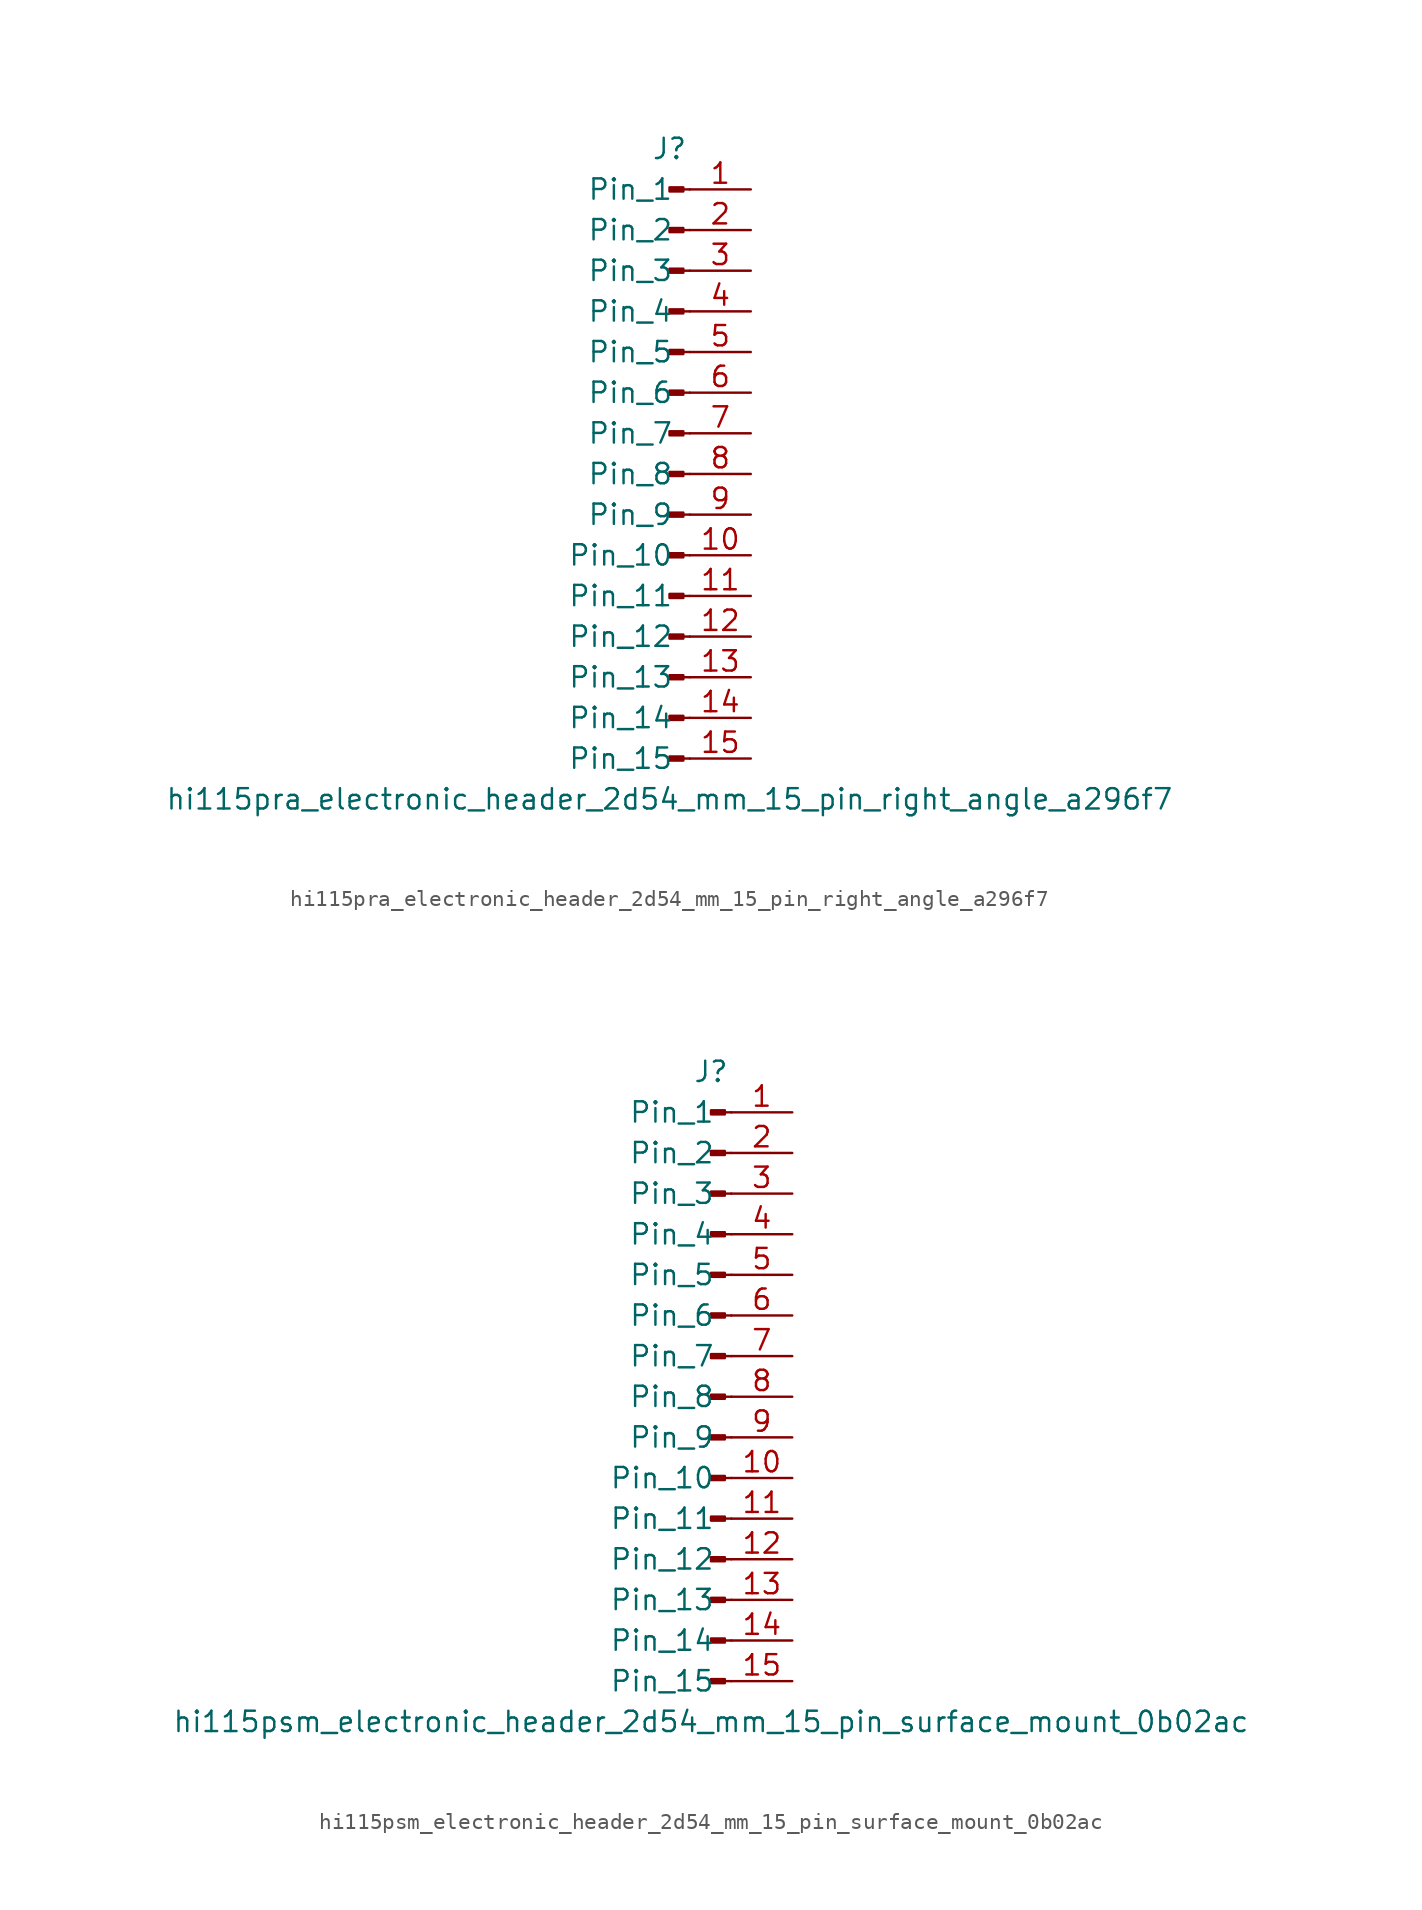
<source format=kicad_sym>
(kicad_symbol_lib
  (version 20220914)
  (generator kicad_symbol_editor)
  (symbol "hi115pra_electronic_header_2d54_mm_15_pin_right_angle_a296f7"
    (pin_names
      (offset 1.016))
    (property "Reference" "J"
      (at 0 20.32 0)
      (effects (font (size 1.27 1.27))))
    (property "Value" "hi115pra_electronic_header_2d54_mm_15_pin_right_angle_a296f7"
      (at 0 -20.32 0)
      (effects (font (size 1.27 1.27))))
    (property "ki_locked" ""
      (at 0 0 0)
      (effects (font (size 1.27 1.27))))
    (symbol "hi115pra_electronic_header_2d54_mm_15_pin_right_angle_a296f7_1_1"
      (polyline (pts (xy 1.27 -17.78) (xy 0.864 -17.78)) (stroke (width 0.152) (type default)) (fill (type none)))
      (polyline (pts (xy 1.27 -15.24) (xy 0.864 -15.24)) (stroke (width 0.152) (type default)) (fill (type none)))
      (polyline (pts (xy 1.27 -12.7) (xy 0.864 -12.7)) (stroke (width 0.152) (type default)) (fill (type none)))
      (polyline (pts (xy 1.27 -10.16) (xy 0.864 -10.16)) (stroke (width 0.152) (type default)) (fill (type none)))
      (polyline (pts (xy 1.27 -7.62) (xy 0.864 -7.62)) (stroke (width 0.152) (type default)) (fill (type none)))
      (polyline (pts (xy 1.27 -5.08) (xy 0.864 -5.08)) (stroke (width 0.152) (type default)) (fill (type none)))
      (polyline (pts (xy 1.27 -2.54) (xy 0.864 -2.54)) (stroke (width 0.152) (type default)) (fill (type none)))
      (polyline (pts (xy 1.27 0) (xy 0.864 0)) (stroke (width 0.152) (type default)) (fill (type none)))
      (polyline (pts (xy 1.27 2.54) (xy 0.864 2.54)) (stroke (width 0.152) (type default)) (fill (type none)))
      (polyline (pts (xy 1.27 5.08) (xy 0.864 5.08)) (stroke (width 0.152) (type default)) (fill (type none)))
      (polyline (pts (xy 1.27 7.62) (xy 0.864 7.62)) (stroke (width 0.152) (type default)) (fill (type none)))
      (polyline (pts (xy 1.27 10.16) (xy 0.864 10.16)) (stroke (width 0.152) (type default)) (fill (type none)))
      (polyline (pts (xy 1.27 12.7) (xy 0.864 12.7)) (stroke (width 0.152) (type default)) (fill (type none)))
      (polyline (pts (xy 1.27 15.24) (xy 0.864 15.24)) (stroke (width 0.152) (type default)) (fill (type none)))
      (polyline (pts (xy 1.27 17.78) (xy 0.864 17.78)) (stroke (width 0.152) (type default)) (fill (type none)))
      (rectangle (start 0.864 -17.653) (end 0 -17.907) (stroke (width 0.152) (type default)) (fill (type outline)))
      (rectangle (start 0.864 -15.113) (end 0 -15.367) (stroke (width 0.152) (type default)) (fill (type outline)))
      (rectangle (start 0.864 -12.573) (end 0 -12.827) (stroke (width 0.152) (type default)) (fill (type outline)))
      (rectangle (start 0.864 -10.033) (end 0 -10.287) (stroke (width 0.152) (type default)) (fill (type outline)))
      (rectangle (start 0.864 -7.493) (end 0 -7.747) (stroke (width 0.152) (type default)) (fill (type outline)))
      (rectangle (start 0.864 -4.953) (end 0 -5.207) (stroke (width 0.152) (type default)) (fill (type outline)))
      (rectangle (start 0.864 -2.413) (end 0 -2.667) (stroke (width 0.152) (type default)) (fill (type outline)))
      (rectangle (start 0.864 0.127) (end 0 -0.127) (stroke (width 0.152) (type default)) (fill (type outline)))
      (rectangle (start 0.864 2.667) (end 0 2.413) (stroke (width 0.152) (type default)) (fill (type outline)))
      (rectangle (start 0.864 5.207) (end 0 4.953) (stroke (width 0.152) (type default)) (fill (type outline)))
      (rectangle (start 0.864 7.747) (end 0 7.493) (stroke (width 0.152) (type default)) (fill (type outline)))
      (rectangle (start 0.864 10.287) (end 0 10.033) (stroke (width 0.152) (type default)) (fill (type outline)))
      (rectangle (start 0.864 12.827) (end 0 12.573) (stroke (width 0.152) (type default)) (fill (type outline)))
      (rectangle (start 0.864 15.367) (end 0 15.113) (stroke (width 0.152) (type default)) (fill (type outline)))
      (rectangle (start 0.864 17.907) (end 0 17.653) (stroke (width 0.152) (type default)) (fill (type outline)))
      (pin passive line (at 5.08 17.78 180) (length 3.81) (name "Pin_1" (effects (font (size 1.27 1.27)))) (number "1" (effects (font (size 1.27 1.27)))))
      (pin passive line (at 5.08 -5.08 180) (length 3.81) (name "Pin_10" (effects (font (size 1.27 1.27)))) (number "10" (effects (font (size 1.27 1.27)))))
      (pin passive line (at 5.08 -7.62 180) (length 3.81) (name "Pin_11" (effects (font (size 1.27 1.27)))) (number "11" (effects (font (size 1.27 1.27)))))
      (pin passive line (at 5.08 -10.16 180) (length 3.81) (name "Pin_12" (effects (font (size 1.27 1.27)))) (number "12" (effects (font (size 1.27 1.27)))))
      (pin passive line (at 5.08 -12.7 180) (length 3.81) (name "Pin_13" (effects (font (size 1.27 1.27)))) (number "13" (effects (font (size 1.27 1.27)))))
      (pin passive line (at 5.08 -15.24 180) (length 3.81) (name "Pin_14" (effects (font (size 1.27 1.27)))) (number "14" (effects (font (size 1.27 1.27)))))
      (pin passive line (at 5.08 -17.78 180) (length 3.81) (name "Pin_15" (effects (font (size 1.27 1.27)))) (number "15" (effects (font (size 1.27 1.27)))))
      (pin passive line (at 5.08 15.24 180) (length 3.81) (name "Pin_2" (effects (font (size 1.27 1.27)))) (number "2" (effects (font (size 1.27 1.27)))))
      (pin passive line (at 5.08 12.7 180) (length 3.81) (name "Pin_3" (effects (font (size 1.27 1.27)))) (number "3" (effects (font (size 1.27 1.27)))))
      (pin passive line (at 5.08 10.16 180) (length 3.81) (name "Pin_4" (effects (font (size 1.27 1.27)))) (number "4" (effects (font (size 1.27 1.27)))))
      (pin passive line (at 5.08 7.62 180) (length 3.81) (name "Pin_5" (effects (font (size 1.27 1.27)))) (number "5" (effects (font (size 1.27 1.27)))))
      (pin passive line (at 5.08 5.08 180) (length 3.81) (name "Pin_6" (effects (font (size 1.27 1.27)))) (number "6" (effects (font (size 1.27 1.27)))))
      (pin passive line (at 5.08 2.54 180) (length 3.81) (name "Pin_7" (effects (font (size 1.27 1.27)))) (number "7" (effects (font (size 1.27 1.27)))))
      (pin passive line (at 5.08 0 180) (length 3.81) (name "Pin_8" (effects (font (size 1.27 1.27)))) (number "8" (effects (font (size 1.27 1.27)))))
      (pin passive line (at 5.08 -2.54 180) (length 3.81) (name "Pin_9" (effects (font (size 1.27 1.27)))) (number "9" (effects (font (size 1.27 1.27)))))))
  (symbol "hi115psm_electronic_header_2d54_mm_15_pin_surface_mount_0b02ac"
    (pin_names
      (offset 1.016))
    (property "Reference" "J"
      (at 0 20.32 0)
      (effects (font (size 1.27 1.27))))
    (property "Value" "hi115psm_electronic_header_2d54_mm_15_pin_surface_mount_0b02ac"
      (at 0 -20.32 0)
      (effects (font (size 1.27 1.27))))
    (property "ki_locked" ""
      (at 0 0 0)
      (effects (font (size 1.27 1.27))))
    (symbol "hi115psm_electronic_header_2d54_mm_15_pin_surface_mount_0b02ac_1_1"
      (polyline (pts (xy 1.27 -17.78) (xy 0.864 -17.78)) (stroke (width 0.152) (type default)) (fill (type none)))
      (polyline (pts (xy 1.27 -15.24) (xy 0.864 -15.24)) (stroke (width 0.152) (type default)) (fill (type none)))
      (polyline (pts (xy 1.27 -12.7) (xy 0.864 -12.7)) (stroke (width 0.152) (type default)) (fill (type none)))
      (polyline (pts (xy 1.27 -10.16) (xy 0.864 -10.16)) (stroke (width 0.152) (type default)) (fill (type none)))
      (polyline (pts (xy 1.27 -7.62) (xy 0.864 -7.62)) (stroke (width 0.152) (type default)) (fill (type none)))
      (polyline (pts (xy 1.27 -5.08) (xy 0.864 -5.08)) (stroke (width 0.152) (type default)) (fill (type none)))
      (polyline (pts (xy 1.27 -2.54) (xy 0.864 -2.54)) (stroke (width 0.152) (type default)) (fill (type none)))
      (polyline (pts (xy 1.27 0) (xy 0.864 0)) (stroke (width 0.152) (type default)) (fill (type none)))
      (polyline (pts (xy 1.27 2.54) (xy 0.864 2.54)) (stroke (width 0.152) (type default)) (fill (type none)))
      (polyline (pts (xy 1.27 5.08) (xy 0.864 5.08)) (stroke (width 0.152) (type default)) (fill (type none)))
      (polyline (pts (xy 1.27 7.62) (xy 0.864 7.62)) (stroke (width 0.152) (type default)) (fill (type none)))
      (polyline (pts (xy 1.27 10.16) (xy 0.864 10.16)) (stroke (width 0.152) (type default)) (fill (type none)))
      (polyline (pts (xy 1.27 12.7) (xy 0.864 12.7)) (stroke (width 0.152) (type default)) (fill (type none)))
      (polyline (pts (xy 1.27 15.24) (xy 0.864 15.24)) (stroke (width 0.152) (type default)) (fill (type none)))
      (polyline (pts (xy 1.27 17.78) (xy 0.864 17.78)) (stroke (width 0.152) (type default)) (fill (type none)))
      (rectangle (start 0.864 -17.653) (end 0 -17.907) (stroke (width 0.152) (type default)) (fill (type outline)))
      (rectangle (start 0.864 -15.113) (end 0 -15.367) (stroke (width 0.152) (type default)) (fill (type outline)))
      (rectangle (start 0.864 -12.573) (end 0 -12.827) (stroke (width 0.152) (type default)) (fill (type outline)))
      (rectangle (start 0.864 -10.033) (end 0 -10.287) (stroke (width 0.152) (type default)) (fill (type outline)))
      (rectangle (start 0.864 -7.493) (end 0 -7.747) (stroke (width 0.152) (type default)) (fill (type outline)))
      (rectangle (start 0.864 -4.953) (end 0 -5.207) (stroke (width 0.152) (type default)) (fill (type outline)))
      (rectangle (start 0.864 -2.413) (end 0 -2.667) (stroke (width 0.152) (type default)) (fill (type outline)))
      (rectangle (start 0.864 0.127) (end 0 -0.127) (stroke (width 0.152) (type default)) (fill (type outline)))
      (rectangle (start 0.864 2.667) (end 0 2.413) (stroke (width 0.152) (type default)) (fill (type outline)))
      (rectangle (start 0.864 5.207) (end 0 4.953) (stroke (width 0.152) (type default)) (fill (type outline)))
      (rectangle (start 0.864 7.747) (end 0 7.493) (stroke (width 0.152) (type default)) (fill (type outline)))
      (rectangle (start 0.864 10.287) (end 0 10.033) (stroke (width 0.152) (type default)) (fill (type outline)))
      (rectangle (start 0.864 12.827) (end 0 12.573) (stroke (width 0.152) (type default)) (fill (type outline)))
      (rectangle (start 0.864 15.367) (end 0 15.113) (stroke (width 0.152) (type default)) (fill (type outline)))
      (rectangle (start 0.864 17.907) (end 0 17.653) (stroke (width 0.152) (type default)) (fill (type outline)))
      (pin passive line (at 5.08 17.78 180) (length 3.81) (name "Pin_1" (effects (font (size 1.27 1.27)))) (number "1" (effects (font (size 1.27 1.27)))))
      (pin passive line (at 5.08 -5.08 180) (length 3.81) (name "Pin_10" (effects (font (size 1.27 1.27)))) (number "10" (effects (font (size 1.27 1.27)))))
      (pin passive line (at 5.08 -7.62 180) (length 3.81) (name "Pin_11" (effects (font (size 1.27 1.27)))) (number "11" (effects (font (size 1.27 1.27)))))
      (pin passive line (at 5.08 -10.16 180) (length 3.81) (name "Pin_12" (effects (font (size 1.27 1.27)))) (number "12" (effects (font (size 1.27 1.27)))))
      (pin passive line (at 5.08 -12.7 180) (length 3.81) (name "Pin_13" (effects (font (size 1.27 1.27)))) (number "13" (effects (font (size 1.27 1.27)))))
      (pin passive line (at 5.08 -15.24 180) (length 3.81) (name "Pin_14" (effects (font (size 1.27 1.27)))) (number "14" (effects (font (size 1.27 1.27)))))
      (pin passive line (at 5.08 -17.78 180) (length 3.81) (name "Pin_15" (effects (font (size 1.27 1.27)))) (number "15" (effects (font (size 1.27 1.27)))))
      (pin passive line (at 5.08 15.24 180) (length 3.81) (name "Pin_2" (effects (font (size 1.27 1.27)))) (number "2" (effects (font (size 1.27 1.27)))))
      (pin passive line (at 5.08 12.7 180) (length 3.81) (name "Pin_3" (effects (font (size 1.27 1.27)))) (number "3" (effects (font (size 1.27 1.27)))))
      (pin passive line (at 5.08 10.16 180) (length 3.81) (name "Pin_4" (effects (font (size 1.27 1.27)))) (number "4" (effects (font (size 1.27 1.27)))))
      (pin passive line (at 5.08 7.62 180) (length 3.81) (name "Pin_5" (effects (font (size 1.27 1.27)))) (number "5" (effects (font (size 1.27 1.27)))))
      (pin passive line (at 5.08 5.08 180) (length 3.81) (name "Pin_6" (effects (font (size 1.27 1.27)))) (number "6" (effects (font (size 1.27 1.27)))))
      (pin passive line (at 5.08 2.54 180) (length 3.81) (name "Pin_7" (effects (font (size 1.27 1.27)))) (number "7" (effects (font (size 1.27 1.27)))))
      (pin passive line (at 5.08 0 180) (length 3.81) (name "Pin_8" (effects (font (size 1.27 1.27)))) (number "8" (effects (font (size 1.27 1.27)))))
      (pin passive line (at 5.08 -2.54 180) (length 3.81) (name "Pin_9" (effects (font (size 1.27 1.27)))) (number "9" (effects (font (size 1.27 1.27))))))))
</source>
